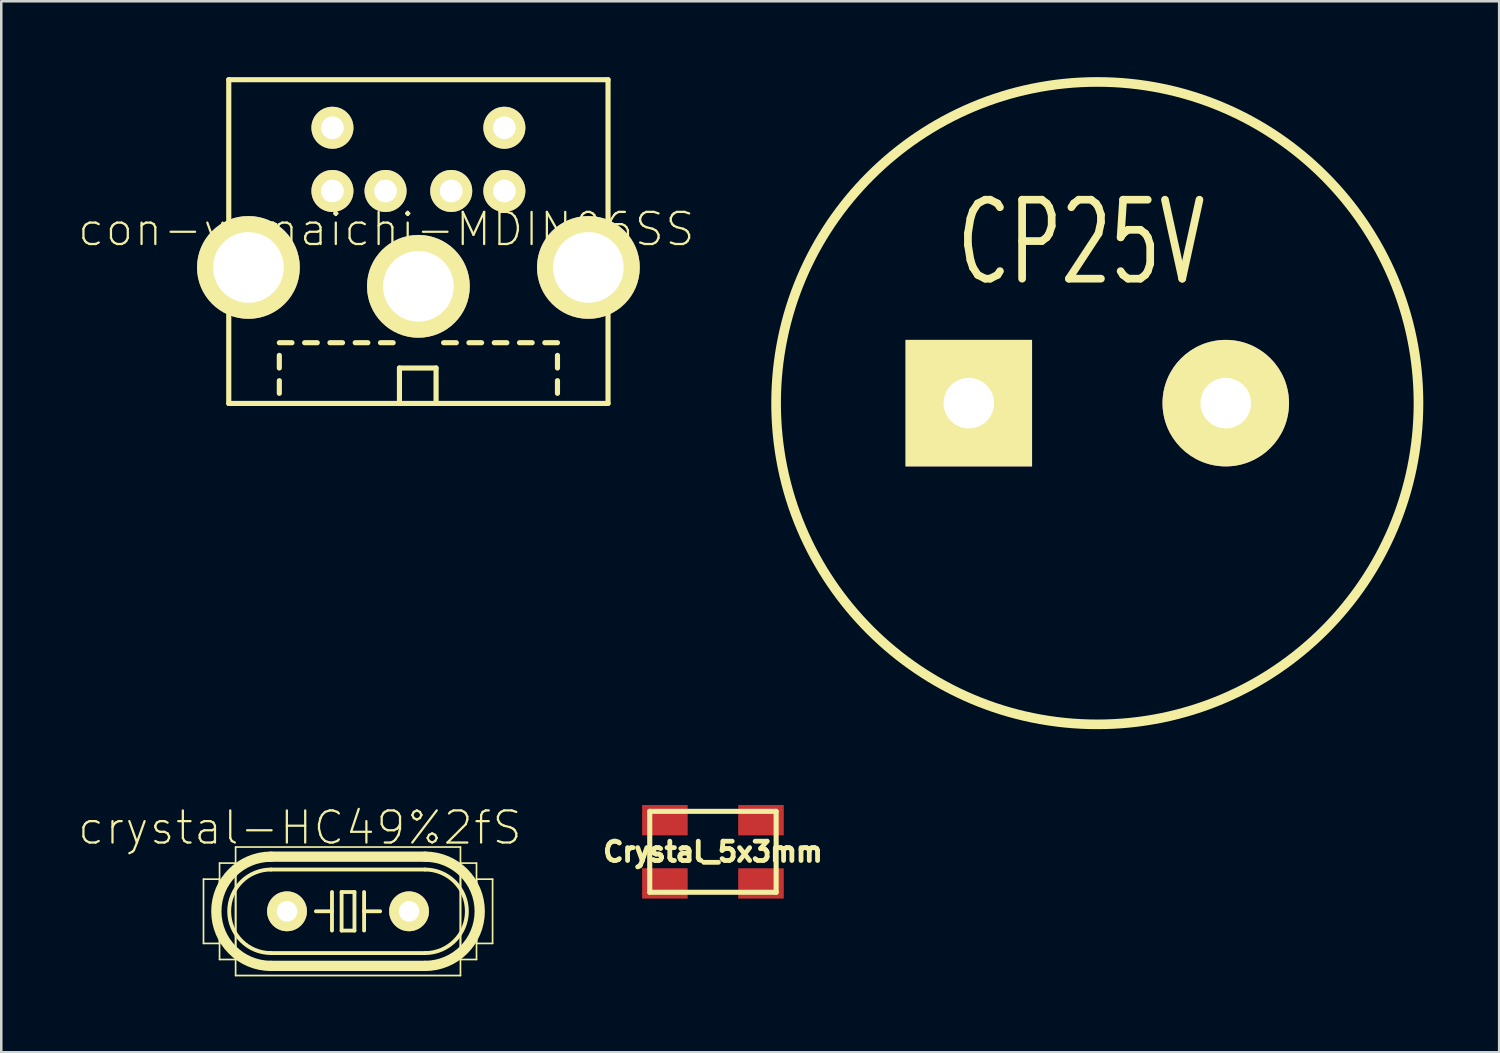
<source format=kicad_pcb>
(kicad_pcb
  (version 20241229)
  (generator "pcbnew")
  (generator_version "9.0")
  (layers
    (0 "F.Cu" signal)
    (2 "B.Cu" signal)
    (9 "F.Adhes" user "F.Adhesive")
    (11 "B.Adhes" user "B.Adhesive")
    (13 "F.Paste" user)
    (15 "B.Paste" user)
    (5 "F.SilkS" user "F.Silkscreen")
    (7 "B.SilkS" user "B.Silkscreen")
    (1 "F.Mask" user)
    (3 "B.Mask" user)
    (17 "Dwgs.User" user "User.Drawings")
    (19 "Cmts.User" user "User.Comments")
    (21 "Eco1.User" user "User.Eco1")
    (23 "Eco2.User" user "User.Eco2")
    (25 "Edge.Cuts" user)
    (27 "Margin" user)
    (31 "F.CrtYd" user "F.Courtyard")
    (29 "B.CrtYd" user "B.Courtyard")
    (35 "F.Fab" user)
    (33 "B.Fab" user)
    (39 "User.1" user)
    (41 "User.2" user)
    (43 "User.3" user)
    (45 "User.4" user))
  (footprint "CP25V"
    (layer "F.Cu")
    (at 40.336 12.89)
    (property "Reference" "CP25V" (at -0.635 -6.35 0) (layer "F.SilkS") (effects (font (size 3.122 2.045) (thickness 0.305))))
    (attr through_hole)
    (fp_circle (center 0 0) (end 12.7 0) (stroke (width 0.381) (type solid)) (fill no) (layer "F.SilkS"))
    (pad "1" thru_hole rect (at -5.08 0) (size 5.001 5.001) (drill 1.999) (layers "*.Cu" "*.Mask" "F.SilkS"))
    (pad "2" thru_hole circle (at 5.08 0) (size 5.001 5.001) (drill 1.999) (layers "*.Cu" "*.Mask" "F.SilkS")))
  (footprint "con-yamaichi-MDIN06SS"
    (layer "F.Cu")
    (at 13.493 13)
    (property "Reference" "con-yamaichi-MDIN06SS" (at -1.27 -6.985 0) (layer "F.SilkS") (effects (font (size 1.27 1.27) (thickness 0.089))))
    (attr exclude_from_pos_files exclude_from_bom)
    (fp_line (start -7.849 -5.499) (end -5.649 -5.499) (stroke (width 0.127) (type solid)) (layer "F.SilkS"))
    (fp_line (start -7.498 -12.898) (end -7.498 -0.099) (stroke (width 0.203) (type solid)) (layer "F.SilkS"))
    (fp_line (start -7.498 -0.099) (end 7.498 -0.099) (stroke (width 0.203) (type solid)) (layer "F.SilkS"))
    (fp_line (start -6.749 -4.399) (end -6.749 -6.599) (stroke (width 0.127) (type solid)) (layer "F.SilkS"))
    (fp_line (start -5.499 -2.499) (end -4.999 -2.499) (stroke (width 0.203) (type solid)) (layer "F.SilkS"))
    (fp_line (start -5.499 -1.499) (end -5.499 -1.999) (stroke (width 0.203) (type solid)) (layer "F.SilkS"))
    (fp_line (start -5.499 -0.498) (end -5.499 -0.998) (stroke (width 0.203) (type solid)) (layer "F.SilkS"))
    (fp_line (start -4.498 -2.499) (end -3.998 -2.499) (stroke (width 0.203) (type solid)) (layer "F.SilkS"))
    (fp_line (start -3.498 -2.499) (end -3 -2.499) (stroke (width 0.203) (type solid)) (layer "F.SilkS"))
    (fp_line (start -2.499 -2.499) (end -1.999 -2.499) (stroke (width 0.203) (type solid)) (layer "F.SilkS"))
    (fp_line (start -1.499 -2.499) (end -0.998 -2.499) (stroke (width 0.203) (type solid)) (layer "F.SilkS"))
    (fp_line (start -1.1 -4.699) (end 1.1 -4.699) (stroke (width 0.127) (type solid)) (layer "F.SilkS"))
    (fp_line (start -0.749 -1.499) (end 0.699 -1.499) (stroke (width 0.203) (type solid)) (layer "F.SilkS"))
    (fp_line (start -0.749 -0.099) (end -0.749 -1.499) (stroke (width 0.203) (type solid)) (layer "F.SilkS"))
    (fp_line (start 0 -3.599) (end 0 -5.799) (stroke (width 0.127) (type solid)) (layer "F.SilkS"))
    (fp_line (start 0.699 -1.499) (end 0.699 -0.099) (stroke (width 0.203) (type solid)) (layer "F.SilkS"))
    (fp_line (start 0.998 -2.499) (end 1.499 -2.499) (stroke (width 0.203) (type solid)) (layer "F.SilkS"))
    (fp_line (start 1.999 -2.499) (end 2.499 -2.499) (stroke (width 0.203) (type solid)) (layer "F.SilkS"))
    (fp_line (start 3 -2.499) (end 3.498 -2.499) (stroke (width 0.203) (type solid)) (layer "F.SilkS"))
    (fp_line (start 3.998 -2.499) (end 4.498 -2.499) (stroke (width 0.203) (type solid)) (layer "F.SilkS"))
    (fp_line (start 4.999 -2.499) (end 5.499 -2.499) (stroke (width 0.203) (type solid)) (layer "F.SilkS"))
    (fp_line (start 5.499 -1.499) (end 5.499 -1.999) (stroke (width 0.203) (type solid)) (layer "F.SilkS"))
    (fp_line (start 5.499 -0.498) (end 5.499 -0.998) (stroke (width 0.203) (type solid)) (layer "F.SilkS"))
    (fp_line (start 5.649 -5.499) (end 7.849 -5.499) (stroke (width 0.127) (type solid)) (layer "F.SilkS"))
    (fp_line (start 6.749 -4.399) (end 6.749 -6.599) (stroke (width 0.127) (type solid)) (layer "F.SilkS"))
    (fp_line (start 7.498 -12.898) (end -7.498 -12.898) (stroke (width 0.203) (type solid)) (layer "F.SilkS"))
    (fp_line (start 7.498 -0.099) (end 7.498 -12.898) (stroke (width 0.203) (type solid)) (layer "F.SilkS"))
    (fp_circle (center -6.749 -5.499) (end -7.297 -6.048) (stroke (width 0.127) (type solid)) (fill no) (layer "F.SilkS"))
    (fp_circle (center 0 -4.699) (end -0.549 -5.248) (stroke (width 0.127) (type solid)) (fill no) (layer "F.SilkS"))
    (fp_circle (center 6.749 -5.499) (end 7.297 -6.048) (stroke (width 0.127) (type solid)) (fill no) (layer "F.SilkS"))
    (pad "" thru_hole circle (at -6.721 -5.476) (size 4.064 4.064) (drill 2.794) (layers "*.Cu" "F.Mask" "F.SilkS" "F.Paste"))
    (pad "" thru_hole circle (at 0 -4.729) (size 4.064 4.064) (drill 2.794) (layers "*.Cu" "F.Mask" "F.SilkS" "F.Paste"))
    (pad "" thru_hole circle (at 6.721 -5.476) (size 4.064 4.064) (drill 2.794) (layers "*.Cu" "F.Mask" "F.SilkS" "F.Paste"))
    (pad "1" thru_hole circle (at 1.298 -8.499) (size 1.661 1.661) (drill 0.899) (layers "*.Cu" "F.Mask" "F.SilkS" "F.Paste"))
    (pad "2" thru_hole circle (at -1.298 -8.499) (size 1.661 1.661) (drill 0.899) (layers "*.Cu" "F.Mask" "F.SilkS" "F.Paste"))
    (pad "3" thru_hole circle (at 3.399 -8.499) (size 1.661 1.661) (drill 0.899) (layers "*.Cu" "F.Mask" "F.SilkS" "F.Paste"))
    (pad "4" thru_hole circle (at -3.399 -8.499) (size 1.661 1.661) (drill 0.899) (layers "*.Cu" "F.Mask" "F.SilkS" "F.Paste"))
    (pad "5" thru_hole circle (at 3.399 -10.998) (size 1.661 1.661) (drill 0.899) (layers "*.Cu" "F.Mask" "F.SilkS" "F.Paste"))
    (pad "6" thru_hole circle (at -3.399 -10.998) (size 1.661 1.661) (drill 0.899) (layers "*.Cu" "F.Mask" "F.SilkS" "F.Paste")))
  (footprint "Crystal_5x3mm"
    (layer "F.Cu")
    (at 25.139 30.63)
    (property "Reference" "Crystal_5x3mm" (at 0 0 0) (layer "F.SilkS") (effects (font (size 0.762 0.762) (thickness 0.191))))
    (attr through_hole)
    (fp_line (start -2.499 -1.6) (end 2.499 -1.6) (stroke (width 0.201) (type solid)) (layer "F.SilkS"))
    (fp_line (start -2.499 1.6) (end -2.499 -1.6) (stroke (width 0.201) (type solid)) (layer "F.SilkS"))
    (fp_line (start 2.499 -1.6) (end 2.499 1.6) (stroke (width 0.201) (type solid)) (layer "F.SilkS"))
    (fp_line (start 2.499 1.6) (end -2.499 1.6) (stroke (width 0.201) (type solid)) (layer "F.SilkS"))
    (pad "1" smd rect (at -1.9 1.25) (size 1.801 1.199) (layers "F.Cu" "F.Mask" "F.Paste"))
    (pad "2" smd rect (at 1.9 -1.25) (size 1.801 1.199) (layers "F.Cu" "F.Mask" "F.Paste"))
    (pad "3" smd rect (at 1.9 1.25) (size 1.801 1.199) (layers "F.Cu" "F.Mask" "F.Paste"))
    (pad "4" smd rect (at -1.9 -1.25) (size 1.801 1.199) (layers "F.Cu" "F.Mask" "F.Paste")))
  (footprint "crystal-HC49%2fS"
    (layer "F.Cu")
    (at 10.711 32.982)
    (property "Reference" "crystal-HC49%2fS" (at -1.905 -3.302 0) (layer "F.SilkS") (effects (font (size 1.27 1.27) (thickness 0.089))))
    (attr exclude_from_pos_files exclude_from_bom)
    (fp_line (start -5.715 -1.27) (end -5.08 -1.27) (stroke (width 0.066) (type solid)) (layer "F.SilkS"))
    (fp_line (start -5.715 1.27) (end -5.715 -1.27) (stroke (width 0.066) (type solid)) (layer "F.SilkS"))
    (fp_line (start -5.715 1.27) (end -5.08 1.27) (stroke (width 0.066) (type solid)) (layer "F.SilkS"))
    (fp_line (start -5.08 -1.905) (end -4.445 -1.905) (stroke (width 0.066) (type solid)) (layer "F.SilkS"))
    (fp_line (start -5.08 1.27) (end -5.08 -1.27) (stroke (width 0.066) (type solid)) (layer "F.SilkS"))
    (fp_line (start -5.08 1.905) (end -5.08 -1.905) (stroke (width 0.066) (type solid)) (layer "F.SilkS"))
    (fp_line (start -5.08 1.905) (end -4.445 1.905) (stroke (width 0.066) (type solid)) (layer "F.SilkS"))
    (fp_line (start -4.445 -2.54) (end 4.445 -2.54) (stroke (width 0.066) (type solid)) (layer "F.SilkS"))
    (fp_line (start -4.445 1.905) (end -4.445 -1.905) (stroke (width 0.066) (type solid)) (layer "F.SilkS"))
    (fp_line (start -4.445 2.54) (end -4.445 -2.54) (stroke (width 0.066) (type solid)) (layer "F.SilkS"))
    (fp_line (start -4.445 2.54) (end 4.445 2.54) (stroke (width 0.066) (type solid)) (layer "F.SilkS"))
    (fp_line (start -3.048 -2.159) (end 3.048 -2.159) (stroke (width 0.406) (type solid)) (layer "F.SilkS"))
    (fp_line (start -3.048 1.651) (end 3.048 1.651) (stroke (width 0.152) (type solid)) (layer "F.SilkS"))
    (fp_line (start -3.048 2.159) (end 3.048 2.159) (stroke (width 0.406) (type solid)) (layer "F.SilkS"))
    (fp_line (start -0.635 -0.762) (end -0.635 0) (stroke (width 0.152) (type solid)) (layer "F.SilkS"))
    (fp_line (start -0.635 0) (end -1.27 0) (stroke (width 0.152) (type solid)) (layer "F.SilkS"))
    (fp_line (start -0.635 0) (end -0.635 0.762) (stroke (width 0.152) (type solid)) (layer "F.SilkS"))
    (fp_line (start -0.254 -0.762) (end 0.254 -0.762) (stroke (width 0.152) (type solid)) (layer "F.SilkS"))
    (fp_line (start -0.254 0.762) (end -0.254 -0.762) (stroke (width 0.152) (type solid)) (layer "F.SilkS"))
    (fp_line (start 0.254 -0.762) (end 0.254 0.762) (stroke (width 0.152) (type solid)) (layer "F.SilkS"))
    (fp_line (start 0.254 0.762) (end -0.254 0.762) (stroke (width 0.152) (type solid)) (layer "F.SilkS"))
    (fp_line (start 0.635 -0.762) (end 0.635 0) (stroke (width 0.152) (type solid)) (layer "F.SilkS"))
    (fp_line (start 0.635 0) (end 0.635 0.762) (stroke (width 0.152) (type solid)) (layer "F.SilkS"))
    (fp_line (start 0.635 0) (end 1.27 0) (stroke (width 0.152) (type solid)) (layer "F.SilkS"))
    (fp_line (start 3.048 -1.651) (end -3.048 -1.651) (stroke (width 0.152) (type solid)) (layer "F.SilkS"))
    (fp_line (start 4.445 -1.905) (end 5.08 -1.905) (stroke (width 0.066) (type solid)) (layer "F.SilkS"))
    (fp_line (start 4.445 1.905) (end 4.445 -1.905) (stroke (width 0.066) (type solid)) (layer "F.SilkS"))
    (fp_line (start 4.445 1.905) (end 5.08 1.905) (stroke (width 0.066) (type solid)) (layer "F.SilkS"))
    (fp_line (start 4.445 2.54) (end 4.445 -2.54) (stroke (width 0.066) (type solid)) (layer "F.SilkS"))
    (fp_line (start 5.08 -1.27) (end 5.715 -1.27) (stroke (width 0.066) (type solid)) (layer "F.SilkS"))
    (fp_line (start 5.08 1.27) (end 5.08 -1.27) (stroke (width 0.066) (type solid)) (layer "F.SilkS"))
    (fp_line (start 5.08 1.27) (end 5.715 1.27) (stroke (width 0.066) (type solid)) (layer "F.SilkS"))
    (fp_line (start 5.08 1.905) (end 5.08 -1.905) (stroke (width 0.066) (type solid)) (layer "F.SilkS"))
    (fp_line (start 5.715 1.27) (end 5.715 -1.27) (stroke (width 0.066) (type solid)) (layer "F.SilkS"))
    (fp_arc (start -3.048 1.651) (mid -4.699 0) (end -3.048 -1.651) (stroke (width 0.1524) (type solid)) (layer "F.SilkS"))
    (fp_arc (start -3.048 2.159) (mid -5.207 0) (end -3.048 -2.159) (stroke (width 0.4064) (type solid)) (layer "F.SilkS"))
    (fp_arc (start 3.048 -2.159) (mid 5.207 0) (end 3.048 2.159) (stroke (width 0.4064) (type solid)) (layer "F.SilkS"))
    (fp_arc (start 3.048 -1.651) (mid 4.699 0) (end 3.048 1.651) (stroke (width 0.1524) (type solid)) (layer "F.SilkS"))
    (pad "1" thru_hole circle (at -2.413 0) (size 1.575 1.575) (drill 0.813) (layers "*.Cu" "*.Mask" "F.SilkS"))
    (pad "2" thru_hole circle (at 2.413 0) (size 1.575 1.575) (drill 0.813) (layers "*.Cu" "*.Mask" "F.SilkS")))
  (gr_rect
    (start -3 -3)
    (end 56.226 38.555)
    (stroke (width 0.1) (type default))
    (fill no)
    (layer "Edge.Cuts")))
</source>
